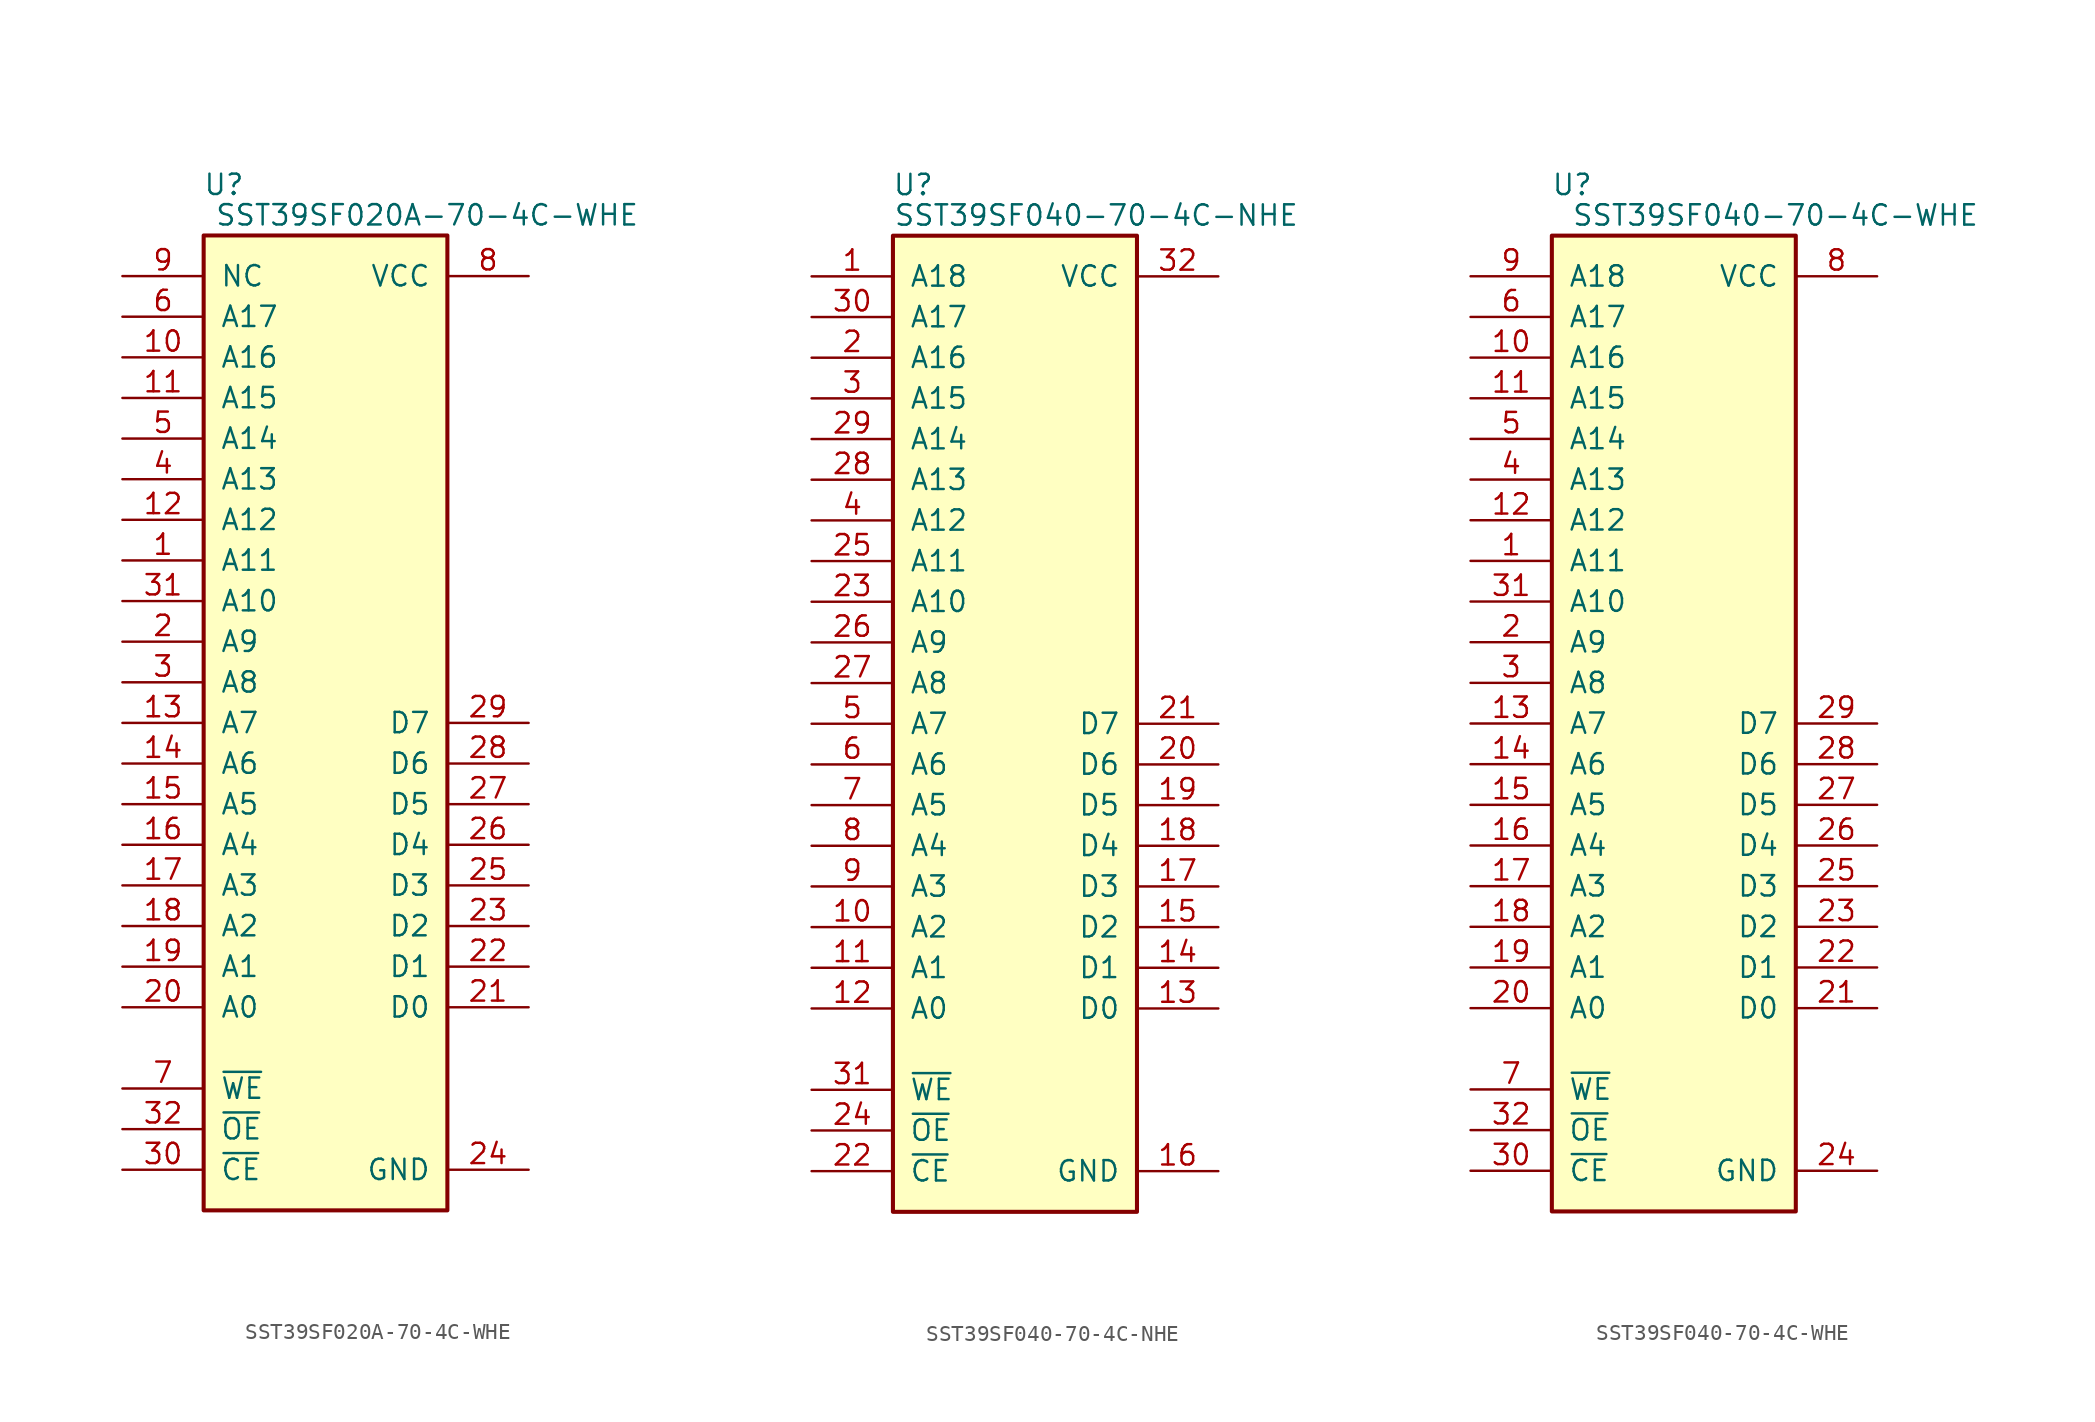
<source format=kicad_sym>
(kicad_symbol_lib
  (version 20211014)
  (generator kicad_symbol_editor)
  (symbol "SST39SF020A-70-4C-WHE"
    (pin_names
      (offset 1.016))
    (property "Reference" "U"
      (at 1.27 3.175 0)
      (effects (font (size 1.27 1.27))))
    (property "Value" "SST39SF020A-70-4C-WHE"
      (at 13.97 1.27 0)
      (effects (font (size 1.27 1.27))))
    (symbol "SST39SF020A-70-4C-WHE_0_0"
      (pin passive line (at 20.32 -2.54 180) (length 5.08) (name "VCC" (effects (font (size 1.27 1.27)))) (number "8" (effects (font (size 1.27 1.27))))))
    (symbol "SST39SF020A-70-4C-WHE_0_1"
      (rectangle (start 0 0) (end 15.24 -60.96) (stroke (width 0.254) (type default) (color 0 0 0 0)) (fill (type background))))
    (symbol "SST39SF020A-70-4C-WHE_1_0"
      (pin passive line (at 20.32 -58.42 180) (length 5.08) (name "GND" (effects (font (size 1.27 1.27)))) (number "24" (effects (font (size 1.27 1.27))))))
    (symbol "SST39SF020A-70-4C-WHE_1_1"
      (pin input line (at -5.08 -20.32 0) (length 5.08) (name "A11" (effects (font (size 1.27 1.27)))) (number "1" (effects (font (size 1.27 1.27)))))
      (pin input line (at -5.08 -7.62 0) (length 5.08) (name "A16" (effects (font (size 1.27 1.27)))) (number "10" (effects (font (size 1.27 1.27)))))
      (pin input line (at -5.08 -10.16 0) (length 5.08) (name "A15" (effects (font (size 1.27 1.27)))) (number "11" (effects (font (size 1.27 1.27)))))
      (pin input line (at -5.08 -17.78 0) (length 5.08) (name "A12" (effects (font (size 1.27 1.27)))) (number "12" (effects (font (size 1.27 1.27)))))
      (pin input line (at -5.08 -30.48 0) (length 5.08) (name "A7" (effects (font (size 1.27 1.27)))) (number "13" (effects (font (size 1.27 1.27)))))
      (pin input line (at -5.08 -33.02 0) (length 5.08) (name "A6" (effects (font (size 1.27 1.27)))) (number "14" (effects (font (size 1.27 1.27)))))
      (pin input line (at -5.08 -35.56 0) (length 5.08) (name "A5" (effects (font (size 1.27 1.27)))) (number "15" (effects (font (size 1.27 1.27)))))
      (pin input line (at -5.08 -38.1 0) (length 5.08) (name "A4" (effects (font (size 1.27 1.27)))) (number "16" (effects (font (size 1.27 1.27)))))
      (pin input line (at -5.08 -40.64 0) (length 5.08) (name "A3" (effects (font (size 1.27 1.27)))) (number "17" (effects (font (size 1.27 1.27)))))
      (pin input line (at -5.08 -43.18 0) (length 5.08) (name "A2" (effects (font (size 1.27 1.27)))) (number "18" (effects (font (size 1.27 1.27)))))
      (pin input line (at -5.08 -45.72 0) (length 5.08) (name "A1" (effects (font (size 1.27 1.27)))) (number "19" (effects (font (size 1.27 1.27)))))
      (pin input line (at -5.08 -25.4 0) (length 5.08) (name "A9" (effects (font (size 1.27 1.27)))) (number "2" (effects (font (size 1.27 1.27)))))
      (pin input line (at -5.08 -48.26 0) (length 5.08) (name "A0" (effects (font (size 1.27 1.27)))) (number "20" (effects (font (size 1.27 1.27)))))
      (pin tri_state line (at 20.32 -48.26 180) (length 5.08) (name "D0" (effects (font (size 1.27 1.27)))) (number "21" (effects (font (size 1.27 1.27)))))
      (pin tri_state line (at 20.32 -45.72 180) (length 5.08) (name "D1" (effects (font (size 1.27 1.27)))) (number "22" (effects (font (size 1.27 1.27)))))
      (pin tri_state line (at 20.32 -43.18 180) (length 5.08) (name "D2" (effects (font (size 1.27 1.27)))) (number "23" (effects (font (size 1.27 1.27)))))
      (pin tri_state line (at 20.32 -40.64 180) (length 5.08) (name "D3" (effects (font (size 1.27 1.27)))) (number "25" (effects (font (size 1.27 1.27)))))
      (pin tri_state line (at 20.32 -38.1 180) (length 5.08) (name "D4" (effects (font (size 1.27 1.27)))) (number "26" (effects (font (size 1.27 1.27)))))
      (pin tri_state line (at 20.32 -35.56 180) (length 5.08) (name "D5" (effects (font (size 1.27 1.27)))) (number "27" (effects (font (size 1.27 1.27)))))
      (pin tri_state line (at 20.32 -33.02 180) (length 5.08) (name "D6" (effects (font (size 1.27 1.27)))) (number "28" (effects (font (size 1.27 1.27)))))
      (pin tri_state line (at 20.32 -30.48 180) (length 5.08) (name "D7" (effects (font (size 1.27 1.27)))) (number "29" (effects (font (size 1.27 1.27)))))
      (pin input line (at -5.08 -27.94 0) (length 5.08) (name "A8" (effects (font (size 1.27 1.27)))) (number "3" (effects (font (size 1.27 1.27)))))
      (pin passive line (at -5.08 -58.42 0) (length 5.08) (name "~{CE}" (effects (font (size 1.27 1.27)))) (number "30" (effects (font (size 1.27 1.27)))))
      (pin input line (at -5.08 -22.86 0) (length 5.08) (name "A10" (effects (font (size 1.27 1.27)))) (number "31" (effects (font (size 1.27 1.27)))))
      (pin passive line (at -5.08 -55.88 0) (length 5.08) (name "~{OE}" (effects (font (size 1.27 1.27)))) (number "32" (effects (font (size 1.27 1.27)))))
      (pin input line (at -5.08 -15.24 0) (length 5.08) (name "A13" (effects (font (size 1.27 1.27)))) (number "4" (effects (font (size 1.27 1.27)))))
      (pin input line (at -5.08 -12.7 0) (length 5.08) (name "A14" (effects (font (size 1.27 1.27)))) (number "5" (effects (font (size 1.27 1.27)))))
      (pin input line (at -5.08 -5.08 0) (length 5.08) (name "A17" (effects (font (size 1.27 1.27)))) (number "6" (effects (font (size 1.27 1.27)))))
      (pin passive line (at -5.08 -53.34 0) (length 5.08) (name "~{WE}" (effects (font (size 1.27 1.27)))) (number "7" (effects (font (size 1.27 1.27)))))
      (pin input line (at -5.08 -2.54 0) (length 5.08) (name "NC" (effects (font (size 1.27 1.27)))) (number "9" (effects (font (size 1.27 1.27)))))))
  (symbol "SST39SF040-70-4C-NHE"
    (pin_names
      (offset 1.016))
    (property "Reference" "U"
      (at 1.27 3.175 0)
      (effects (font (size 1.27 1.27))))
    (property "Value" "SST39SF040-70-4C-NHE"
      (at 12.7 1.27 0)
      (effects (font (size 1.27 1.27))))
    (symbol "SST39SF040-70-4C-NHE_0_0"
      (pin passive line (at 20.32 -2.54 180) (length 5.08) (name "VCC" (effects (font (size 1.27 1.27)))) (number "32" (effects (font (size 1.27 1.27))))))
    (symbol "SST39SF040-70-4C-NHE_0_1"
      (rectangle (start 0 0) (end 15.24 -60.96) (stroke (width 0.254) (type default) (color 0 0 0 0)) (fill (type background))))
    (symbol "SST39SF040-70-4C-NHE_1_0"
      (pin passive line (at 20.32 -58.42 180) (length 5.08) (name "GND" (effects (font (size 1.27 1.27)))) (number "16" (effects (font (size 1.27 1.27))))))
    (symbol "SST39SF040-70-4C-NHE_1_1"
      (pin input line (at -5.08 -2.54 0) (length 5.08) (name "A18" (effects (font (size 1.27 1.27)))) (number "1" (effects (font (size 1.27 1.27)))))
      (pin input line (at -5.08 -43.18 0) (length 5.08) (name "A2" (effects (font (size 1.27 1.27)))) (number "10" (effects (font (size 1.27 1.27)))))
      (pin input line (at -5.08 -45.72 0) (length 5.08) (name "A1" (effects (font (size 1.27 1.27)))) (number "11" (effects (font (size 1.27 1.27)))))
      (pin input line (at -5.08 -48.26 0) (length 5.08) (name "A0" (effects (font (size 1.27 1.27)))) (number "12" (effects (font (size 1.27 1.27)))))
      (pin tri_state line (at 20.32 -48.26 180) (length 5.08) (name "D0" (effects (font (size 1.27 1.27)))) (number "13" (effects (font (size 1.27 1.27)))))
      (pin tri_state line (at 20.32 -45.72 180) (length 5.08) (name "D1" (effects (font (size 1.27 1.27)))) (number "14" (effects (font (size 1.27 1.27)))))
      (pin tri_state line (at 20.32 -43.18 180) (length 5.08) (name "D2" (effects (font (size 1.27 1.27)))) (number "15" (effects (font (size 1.27 1.27)))))
      (pin tri_state line (at 20.32 -40.64 180) (length 5.08) (name "D3" (effects (font (size 1.27 1.27)))) (number "17" (effects (font (size 1.27 1.27)))))
      (pin tri_state line (at 20.32 -38.1 180) (length 5.08) (name "D4" (effects (font (size 1.27 1.27)))) (number "18" (effects (font (size 1.27 1.27)))))
      (pin tri_state line (at 20.32 -35.56 180) (length 5.08) (name "D5" (effects (font (size 1.27 1.27)))) (number "19" (effects (font (size 1.27 1.27)))))
      (pin input line (at -5.08 -7.62 0) (length 5.08) (name "A16" (effects (font (size 1.27 1.27)))) (number "2" (effects (font (size 1.27 1.27)))))
      (pin tri_state line (at 20.32 -33.02 180) (length 5.08) (name "D6" (effects (font (size 1.27 1.27)))) (number "20" (effects (font (size 1.27 1.27)))))
      (pin tri_state line (at 20.32 -30.48 180) (length 5.08) (name "D7" (effects (font (size 1.27 1.27)))) (number "21" (effects (font (size 1.27 1.27)))))
      (pin passive line (at -5.08 -58.42 0) (length 5.08) (name "~{CE}" (effects (font (size 1.27 1.27)))) (number "22" (effects (font (size 1.27 1.27)))))
      (pin input line (at -5.08 -22.86 0) (length 5.08) (name "A10" (effects (font (size 1.27 1.27)))) (number "23" (effects (font (size 1.27 1.27)))))
      (pin passive line (at -5.08 -55.88 0) (length 5.08) (name "~{OE}" (effects (font (size 1.27 1.27)))) (number "24" (effects (font (size 1.27 1.27)))))
      (pin input line (at -5.08 -20.32 0) (length 5.08) (name "A11" (effects (font (size 1.27 1.27)))) (number "25" (effects (font (size 1.27 1.27)))))
      (pin input line (at -5.08 -25.4 0) (length 5.08) (name "A9" (effects (font (size 1.27 1.27)))) (number "26" (effects (font (size 1.27 1.27)))))
      (pin input line (at -5.08 -27.94 0) (length 5.08) (name "A8" (effects (font (size 1.27 1.27)))) (number "27" (effects (font (size 1.27 1.27)))))
      (pin input line (at -5.08 -15.24 0) (length 5.08) (name "A13" (effects (font (size 1.27 1.27)))) (number "28" (effects (font (size 1.27 1.27)))))
      (pin input line (at -5.08 -12.7 0) (length 5.08) (name "A14" (effects (font (size 1.27 1.27)))) (number "29" (effects (font (size 1.27 1.27)))))
      (pin input line (at -5.08 -10.16 0) (length 5.08) (name "A15" (effects (font (size 1.27 1.27)))) (number "3" (effects (font (size 1.27 1.27)))))
      (pin input line (at -5.08 -5.08 0) (length 5.08) (name "A17" (effects (font (size 1.27 1.27)))) (number "30" (effects (font (size 1.27 1.27)))))
      (pin passive line (at -5.08 -53.34 0) (length 5.08) (name "~{WE}" (effects (font (size 1.27 1.27)))) (number "31" (effects (font (size 1.27 1.27)))))
      (pin input line (at -5.08 -17.78 0) (length 5.08) (name "A12" (effects (font (size 1.27 1.27)))) (number "4" (effects (font (size 1.27 1.27)))))
      (pin input line (at -5.08 -30.48 0) (length 5.08) (name "A7" (effects (font (size 1.27 1.27)))) (number "5" (effects (font (size 1.27 1.27)))))
      (pin input line (at -5.08 -33.02 0) (length 5.08) (name "A6" (effects (font (size 1.27 1.27)))) (number "6" (effects (font (size 1.27 1.27)))))
      (pin input line (at -5.08 -35.56 0) (length 5.08) (name "A5" (effects (font (size 1.27 1.27)))) (number "7" (effects (font (size 1.27 1.27)))))
      (pin input line (at -5.08 -38.1 0) (length 5.08) (name "A4" (effects (font (size 1.27 1.27)))) (number "8" (effects (font (size 1.27 1.27)))))
      (pin input line (at -5.08 -40.64 0) (length 5.08) (name "A3" (effects (font (size 1.27 1.27)))) (number "9" (effects (font (size 1.27 1.27)))))))
  (symbol "SST39SF040-70-4C-WHE"
    (pin_names
      (offset 1.016))
    (property "Reference" "U"
      (at 1.27 3.175 0)
      (effects (font (size 1.27 1.27))))
    (property "Value" "SST39SF040-70-4C-WHE"
      (at 13.97 1.27 0)
      (effects (font (size 1.27 1.27))))
    (symbol "SST39SF040-70-4C-WHE_0_0"
      (pin passive line (at 20.32 -2.54 180) (length 5.08) (name "VCC" (effects (font (size 1.27 1.27)))) (number "8" (effects (font (size 1.27 1.27))))))
    (symbol "SST39SF040-70-4C-WHE_0_1"
      (rectangle (start 0 0) (end 15.24 -60.96) (stroke (width 0.254) (type default) (color 0 0 0 0)) (fill (type background))))
    (symbol "SST39SF040-70-4C-WHE_1_0"
      (pin passive line (at 20.32 -58.42 180) (length 5.08) (name "GND" (effects (font (size 1.27 1.27)))) (number "24" (effects (font (size 1.27 1.27))))))
    (symbol "SST39SF040-70-4C-WHE_1_1"
      (pin input line (at -5.08 -20.32 0) (length 5.08) (name "A11" (effects (font (size 1.27 1.27)))) (number "1" (effects (font (size 1.27 1.27)))))
      (pin input line (at -5.08 -7.62 0) (length 5.08) (name "A16" (effects (font (size 1.27 1.27)))) (number "10" (effects (font (size 1.27 1.27)))))
      (pin input line (at -5.08 -10.16 0) (length 5.08) (name "A15" (effects (font (size 1.27 1.27)))) (number "11" (effects (font (size 1.27 1.27)))))
      (pin input line (at -5.08 -17.78 0) (length 5.08) (name "A12" (effects (font (size 1.27 1.27)))) (number "12" (effects (font (size 1.27 1.27)))))
      (pin input line (at -5.08 -30.48 0) (length 5.08) (name "A7" (effects (font (size 1.27 1.27)))) (number "13" (effects (font (size 1.27 1.27)))))
      (pin input line (at -5.08 -33.02 0) (length 5.08) (name "A6" (effects (font (size 1.27 1.27)))) (number "14" (effects (font (size 1.27 1.27)))))
      (pin input line (at -5.08 -35.56 0) (length 5.08) (name "A5" (effects (font (size 1.27 1.27)))) (number "15" (effects (font (size 1.27 1.27)))))
      (pin input line (at -5.08 -38.1 0) (length 5.08) (name "A4" (effects (font (size 1.27 1.27)))) (number "16" (effects (font (size 1.27 1.27)))))
      (pin input line (at -5.08 -40.64 0) (length 5.08) (name "A3" (effects (font (size 1.27 1.27)))) (number "17" (effects (font (size 1.27 1.27)))))
      (pin input line (at -5.08 -43.18 0) (length 5.08) (name "A2" (effects (font (size 1.27 1.27)))) (number "18" (effects (font (size 1.27 1.27)))))
      (pin input line (at -5.08 -45.72 0) (length 5.08) (name "A1" (effects (font (size 1.27 1.27)))) (number "19" (effects (font (size 1.27 1.27)))))
      (pin input line (at -5.08 -25.4 0) (length 5.08) (name "A9" (effects (font (size 1.27 1.27)))) (number "2" (effects (font (size 1.27 1.27)))))
      (pin input line (at -5.08 -48.26 0) (length 5.08) (name "A0" (effects (font (size 1.27 1.27)))) (number "20" (effects (font (size 1.27 1.27)))))
      (pin tri_state line (at 20.32 -48.26 180) (length 5.08) (name "D0" (effects (font (size 1.27 1.27)))) (number "21" (effects (font (size 1.27 1.27)))))
      (pin tri_state line (at 20.32 -45.72 180) (length 5.08) (name "D1" (effects (font (size 1.27 1.27)))) (number "22" (effects (font (size 1.27 1.27)))))
      (pin tri_state line (at 20.32 -43.18 180) (length 5.08) (name "D2" (effects (font (size 1.27 1.27)))) (number "23" (effects (font (size 1.27 1.27)))))
      (pin tri_state line (at 20.32 -40.64 180) (length 5.08) (name "D3" (effects (font (size 1.27 1.27)))) (number "25" (effects (font (size 1.27 1.27)))))
      (pin tri_state line (at 20.32 -38.1 180) (length 5.08) (name "D4" (effects (font (size 1.27 1.27)))) (number "26" (effects (font (size 1.27 1.27)))))
      (pin tri_state line (at 20.32 -35.56 180) (length 5.08) (name "D5" (effects (font (size 1.27 1.27)))) (number "27" (effects (font (size 1.27 1.27)))))
      (pin tri_state line (at 20.32 -33.02 180) (length 5.08) (name "D6" (effects (font (size 1.27 1.27)))) (number "28" (effects (font (size 1.27 1.27)))))
      (pin tri_state line (at 20.32 -30.48 180) (length 5.08) (name "D7" (effects (font (size 1.27 1.27)))) (number "29" (effects (font (size 1.27 1.27)))))
      (pin input line (at -5.08 -27.94 0) (length 5.08) (name "A8" (effects (font (size 1.27 1.27)))) (number "3" (effects (font (size 1.27 1.27)))))
      (pin passive line (at -5.08 -58.42 0) (length 5.08) (name "~{CE}" (effects (font (size 1.27 1.27)))) (number "30" (effects (font (size 1.27 1.27)))))
      (pin input line (at -5.08 -22.86 0) (length 5.08) (name "A10" (effects (font (size 1.27 1.27)))) (number "31" (effects (font (size 1.27 1.27)))))
      (pin passive line (at -5.08 -55.88 0) (length 5.08) (name "~{OE}" (effects (font (size 1.27 1.27)))) (number "32" (effects (font (size 1.27 1.27)))))
      (pin input line (at -5.08 -15.24 0) (length 5.08) (name "A13" (effects (font (size 1.27 1.27)))) (number "4" (effects (font (size 1.27 1.27)))))
      (pin input line (at -5.08 -12.7 0) (length 5.08) (name "A14" (effects (font (size 1.27 1.27)))) (number "5" (effects (font (size 1.27 1.27)))))
      (pin input line (at -5.08 -5.08 0) (length 5.08) (name "A17" (effects (font (size 1.27 1.27)))) (number "6" (effects (font (size 1.27 1.27)))))
      (pin passive line (at -5.08 -53.34 0) (length 5.08) (name "~{WE}" (effects (font (size 1.27 1.27)))) (number "7" (effects (font (size 1.27 1.27)))))
      (pin input line (at -5.08 -2.54 0) (length 5.08) (name "A18" (effects (font (size 1.27 1.27)))) (number "9" (effects (font (size 1.27 1.27))))))))
</source>
